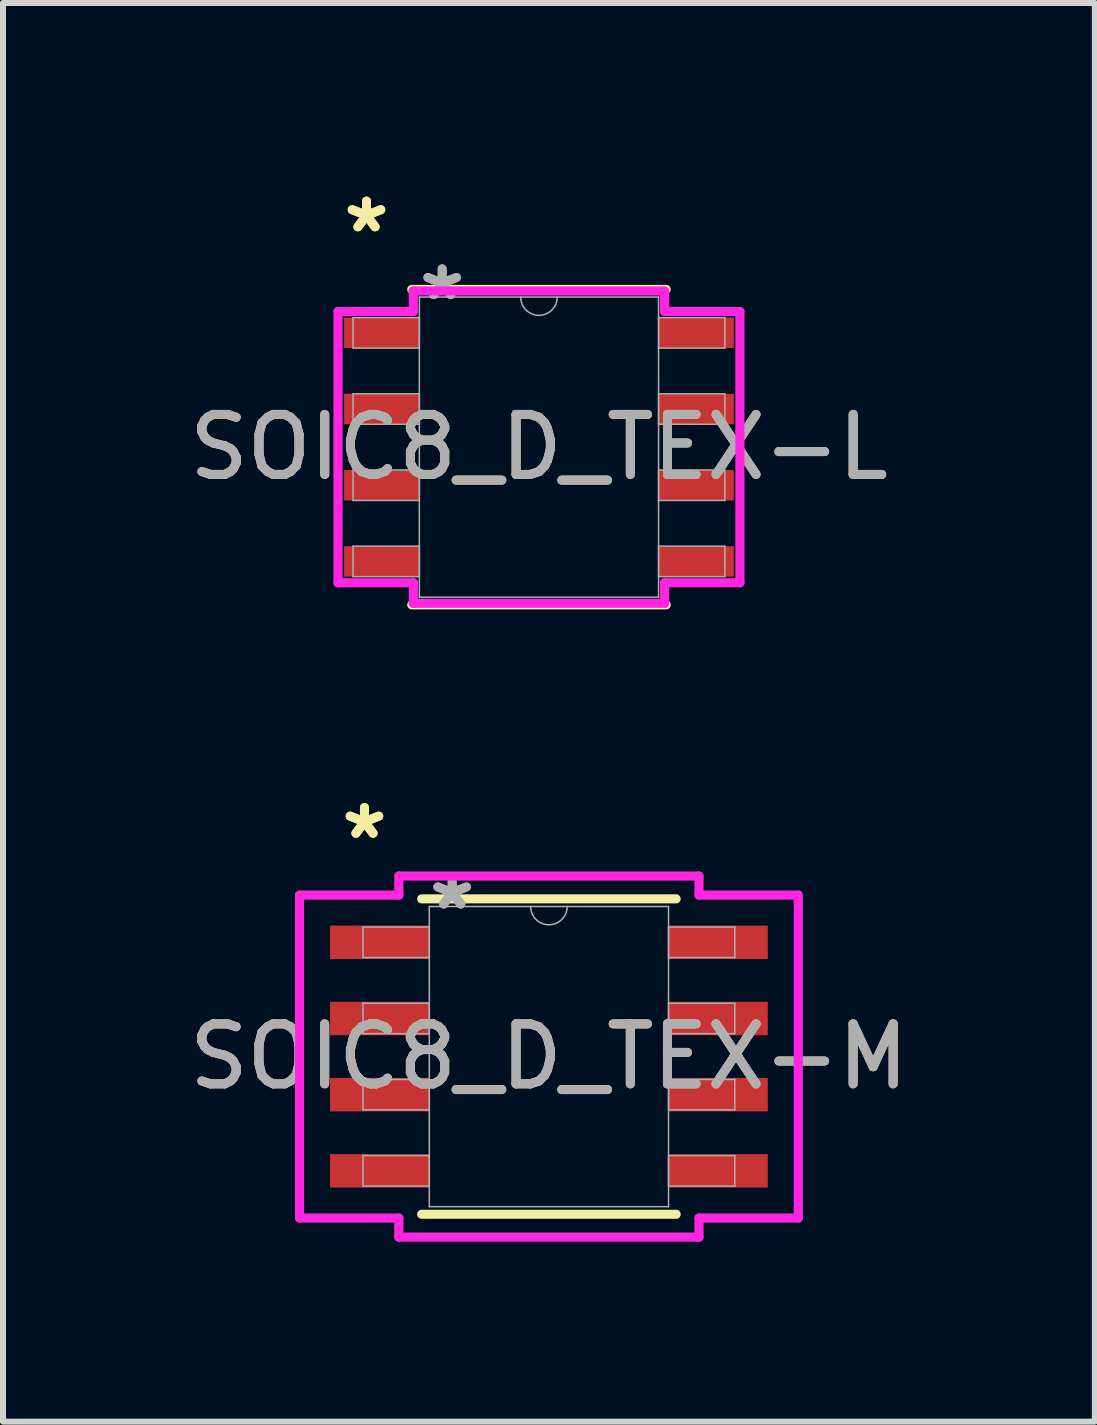
<source format=kicad_pcb>
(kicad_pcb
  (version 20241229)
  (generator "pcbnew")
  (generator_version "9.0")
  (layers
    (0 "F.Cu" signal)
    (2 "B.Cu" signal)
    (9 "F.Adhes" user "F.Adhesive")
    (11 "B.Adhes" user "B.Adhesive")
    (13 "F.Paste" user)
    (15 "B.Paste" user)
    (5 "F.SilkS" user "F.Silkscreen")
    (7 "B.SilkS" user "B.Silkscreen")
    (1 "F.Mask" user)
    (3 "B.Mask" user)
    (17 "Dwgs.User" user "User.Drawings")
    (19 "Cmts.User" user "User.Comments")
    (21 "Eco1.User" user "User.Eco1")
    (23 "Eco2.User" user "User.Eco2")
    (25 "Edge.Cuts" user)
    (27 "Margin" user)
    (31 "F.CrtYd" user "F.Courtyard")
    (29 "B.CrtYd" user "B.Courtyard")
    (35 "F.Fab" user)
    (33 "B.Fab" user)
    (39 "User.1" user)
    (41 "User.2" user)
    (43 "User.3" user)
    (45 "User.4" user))
  (footprint "SOIC8_D_TEX-L"
    (layer "F.Cu")
    (at 5.935 4.404)
    (property "Reference" "SOIC8_D_TEX-L" (at 0 0 0) (unlocked yes) (layer "F.SilkS") (effects (font (size 1 1) (thickness 0.15))))
    (attr smd)
    (fp_line (start -2.121 2.629) (end 2.121 2.629) (stroke (width 0.152) (type solid)) (layer "F.SilkS"))
    (fp_line (start 2.121 -2.629) (end -2.121 -2.629) (stroke (width 0.152) (type solid)) (layer "F.SilkS"))
    (fp_line (start -3.35 -2.261) (end -2.095 -2.261) (stroke (width 0.152) (type solid)) (layer "F.CrtYd"))
    (fp_line (start -3.35 2.261) (end -3.35 -2.261) (stroke (width 0.152) (type solid)) (layer "F.CrtYd"))
    (fp_line (start -3.35 2.261) (end -2.095 2.261) (stroke (width 0.152) (type solid)) (layer "F.CrtYd"))
    (fp_line (start -2.095 -2.603) (end 2.095 -2.603) (stroke (width 0.152) (type solid)) (layer "F.CrtYd"))
    (fp_line (start -2.095 -2.261) (end -2.095 -2.603) (stroke (width 0.152) (type solid)) (layer "F.CrtYd"))
    (fp_line (start -2.095 2.603) (end -2.095 2.261) (stroke (width 0.152) (type solid)) (layer "F.CrtYd"))
    (fp_line (start 2.095 -2.603) (end 2.095 -2.261) (stroke (width 0.152) (type solid)) (layer "F.CrtYd"))
    (fp_line (start 2.095 2.261) (end 2.095 2.603) (stroke (width 0.152) (type solid)) (layer "F.CrtYd"))
    (fp_line (start 2.095 2.603) (end -2.095 2.603) (stroke (width 0.152) (type solid)) (layer "F.CrtYd"))
    (fp_line (start 3.35 -2.261) (end 2.095 -2.261) (stroke (width 0.152) (type solid)) (layer "F.CrtYd"))
    (fp_line (start 3.35 -2.261) (end 3.35 2.261) (stroke (width 0.152) (type solid)) (layer "F.CrtYd"))
    (fp_line (start 3.35 2.261) (end 2.095 2.261) (stroke (width 0.152) (type solid)) (layer "F.CrtYd"))
    (fp_line (start -3.099 -2.159) (end -3.099 -1.651) (stroke (width 0.025) (type solid)) (layer "F.Fab"))
    (fp_line (start -3.099 -1.651) (end -1.994 -1.651) (stroke (width 0.025) (type solid)) (layer "F.Fab"))
    (fp_line (start -3.099 -0.889) (end -3.099 -0.381) (stroke (width 0.025) (type solid)) (layer "F.Fab"))
    (fp_line (start -3.099 -0.381) (end -1.994 -0.381) (stroke (width 0.025) (type solid)) (layer "F.Fab"))
    (fp_line (start -3.099 0.381) (end -3.099 0.889) (stroke (width 0.025) (type solid)) (layer "F.Fab"))
    (fp_line (start -3.099 0.889) (end -1.994 0.889) (stroke (width 0.025) (type solid)) (layer "F.Fab"))
    (fp_line (start -3.099 1.651) (end -3.099 2.159) (stroke (width 0.025) (type solid)) (layer "F.Fab"))
    (fp_line (start -3.099 2.159) (end -1.994 2.159) (stroke (width 0.025) (type solid)) (layer "F.Fab"))
    (fp_line (start -1.994 -2.502) (end -1.994 2.502) (stroke (width 0.025) (type solid)) (layer "F.Fab"))
    (fp_line (start -1.994 -2.159) (end -3.099 -2.159) (stroke (width 0.025) (type solid)) (layer "F.Fab"))
    (fp_line (start -1.994 -1.651) (end -1.994 -2.159) (stroke (width 0.025) (type solid)) (layer "F.Fab"))
    (fp_line (start -1.994 -0.889) (end -3.099 -0.889) (stroke (width 0.025) (type solid)) (layer "F.Fab"))
    (fp_line (start -1.994 -0.381) (end -1.994 -0.889) (stroke (width 0.025) (type solid)) (layer "F.Fab"))
    (fp_line (start -1.994 0.381) (end -3.099 0.381) (stroke (width 0.025) (type solid)) (layer "F.Fab"))
    (fp_line (start -1.994 0.889) (end -1.994 0.381) (stroke (width 0.025) (type solid)) (layer "F.Fab"))
    (fp_line (start -1.994 1.651) (end -3.099 1.651) (stroke (width 0.025) (type solid)) (layer "F.Fab"))
    (fp_line (start -1.994 2.159) (end -1.994 1.651) (stroke (width 0.025) (type solid)) (layer "F.Fab"))
    (fp_line (start -1.994 2.502) (end 1.994 2.502) (stroke (width 0.025) (type solid)) (layer "F.Fab"))
    (fp_line (start 1.994 -2.502) (end -1.994 -2.502) (stroke (width 0.025) (type solid)) (layer "F.Fab"))
    (fp_line (start 1.994 -2.159) (end 1.994 -1.651) (stroke (width 0.025) (type solid)) (layer "F.Fab"))
    (fp_line (start 1.994 -1.651) (end 3.099 -1.651) (stroke (width 0.025) (type solid)) (layer "F.Fab"))
    (fp_line (start 1.994 -0.889) (end 1.994 -0.381) (stroke (width 0.025) (type solid)) (layer "F.Fab"))
    (fp_line (start 1.994 -0.381) (end 3.099 -0.381) (stroke (width 0.025) (type solid)) (layer "F.Fab"))
    (fp_line (start 1.994 0.381) (end 1.994 0.889) (stroke (width 0.025) (type solid)) (layer "F.Fab"))
    (fp_line (start 1.994 0.889) (end 3.099 0.889) (stroke (width 0.025) (type solid)) (layer "F.Fab"))
    (fp_line (start 1.994 1.651) (end 1.994 2.159) (stroke (width 0.025) (type solid)) (layer "F.Fab"))
    (fp_line (start 1.994 2.159) (end 3.099 2.159) (stroke (width 0.025) (type solid)) (layer "F.Fab"))
    (fp_line (start 1.994 2.502) (end 1.994 -2.502) (stroke (width 0.025) (type solid)) (layer "F.Fab"))
    (fp_line (start 3.099 -2.159) (end 1.994 -2.159) (stroke (width 0.025) (type solid)) (layer "F.Fab"))
    (fp_line (start 3.099 -1.651) (end 3.099 -2.159) (stroke (width 0.025) (type solid)) (layer "F.Fab"))
    (fp_line (start 3.099 -0.889) (end 1.994 -0.889) (stroke (width 0.025) (type solid)) (layer "F.Fab"))
    (fp_line (start 3.099 -0.381) (end 3.099 -0.889) (stroke (width 0.025) (type solid)) (layer "F.Fab"))
    (fp_line (start 3.099 0.381) (end 1.994 0.381) (stroke (width 0.025) (type solid)) (layer "F.Fab"))
    (fp_line (start 3.099 0.889) (end 3.099 0.381) (stroke (width 0.025) (type solid)) (layer "F.Fab"))
    (fp_line (start 3.099 1.651) (end 1.994 1.651) (stroke (width 0.025) (type solid)) (layer "F.Fab"))
    (fp_line (start 3.099 2.159) (end 3.099 1.651) (stroke (width 0.025) (type solid)) (layer "F.Fab"))
    (fp_arc (start 0.3048 -2.5019) (mid 0 -2.1971) (end -0.3048 -2.5019) (stroke (width 0.0254) (type solid)) (layer "F.Fab"))
    (fp_text user "*" (at -2.875 -3.556 0) (layer "F.SilkS") (effects (font (size 1 1) (thickness 0.15))))
    (fp_text user "*" (at -2.875 -3.556 0) (unlocked yes) (layer "F.SilkS") (effects (font (size 1 1) (thickness 0.15))))
    (fp_text user "*" (at -1.613 -2.426 0) (unlocked yes) (layer "F.Fab") (effects (font (size 1 1) (thickness 0.15))))
    (fp_text user "${REFERENCE}" (at 0 0 0) (unlocked yes) (layer "F.Fab") (effects (font (size 1 1) (thickness 0.15))))
    (fp_text user "*" (at -1.613 -2.426 0) (layer "F.Fab") (effects (font (size 1 1) (thickness 0.15))))
    (pad "1" smd rect (at -2.621 -1.905) (size 1.255 0.508) (layers "F.Cu" "F.Mask" "F.Paste"))
    (pad "2" smd rect (at -2.621 -0.635) (size 1.255 0.508) (layers "F.Cu" "F.Mask" "F.Paste"))
    (pad "3" smd rect (at -2.621 0.635) (size 1.255 0.508) (layers "F.Cu" "F.Mask" "F.Paste"))
    (pad "4" smd rect (at -2.621 1.905) (size 1.255 0.508) (layers "F.Cu" "F.Mask" "F.Paste"))
    (pad "5" smd rect (at 2.621 1.905) (size 1.255 0.508) (layers "F.Cu" "F.Mask" "F.Paste"))
    (pad "6" smd rect (at 2.621 0.635) (size 1.255 0.508) (layers "F.Cu" "F.Mask" "F.Paste"))
    (pad "7" smd rect (at 2.621 -0.635) (size 1.255 0.508) (layers "F.Cu" "F.Mask" "F.Paste"))
    (pad "8" smd rect (at 2.621 -1.905) (size 1.255 0.508) (layers "F.Cu" "F.Mask" "F.Paste")))
  (footprint "SOIC8_D_TEX-M"
    (layer "F.Cu")
    (at 6.101 14.564)
    (property "Reference" "SOIC8_D_TEX-M" (at 0 0 0) (unlocked yes) (layer "F.SilkS") (effects (font (size 1 1) (thickness 0.15))))
    (attr smd)
    (fp_line (start -2.121 2.629) (end 2.121 2.629) (stroke (width 0.152) (type solid)) (layer "F.SilkS"))
    (fp_line (start 2.121 -2.629) (end -2.121 -2.629) (stroke (width 0.152) (type solid)) (layer "F.SilkS"))
    (fp_line (start -4.157 -2.692) (end -2.502 -2.692) (stroke (width 0.152) (type solid)) (layer "F.CrtYd"))
    (fp_line (start -4.157 2.692) (end -4.157 -2.692) (stroke (width 0.152) (type solid)) (layer "F.CrtYd"))
    (fp_line (start -4.157 2.692) (end -2.502 2.692) (stroke (width 0.152) (type solid)) (layer "F.CrtYd"))
    (fp_line (start -2.502 -3.01) (end 2.502 -3.01) (stroke (width 0.152) (type solid)) (layer "F.CrtYd"))
    (fp_line (start -2.502 -2.692) (end -2.502 -3.01) (stroke (width 0.152) (type solid)) (layer "F.CrtYd"))
    (fp_line (start -2.502 3.01) (end -2.502 2.692) (stroke (width 0.152) (type solid)) (layer "F.CrtYd"))
    (fp_line (start 2.502 -3.01) (end 2.502 -2.692) (stroke (width 0.152) (type solid)) (layer "F.CrtYd"))
    (fp_line (start 2.502 2.692) (end 2.502 3.01) (stroke (width 0.152) (type solid)) (layer "F.CrtYd"))
    (fp_line (start 2.502 3.01) (end -2.502 3.01) (stroke (width 0.152) (type solid)) (layer "F.CrtYd"))
    (fp_line (start 4.157 -2.692) (end 2.502 -2.692) (stroke (width 0.152) (type solid)) (layer "F.CrtYd"))
    (fp_line (start 4.157 -2.692) (end 4.157 2.692) (stroke (width 0.152) (type solid)) (layer "F.CrtYd"))
    (fp_line (start 4.157 2.692) (end 2.502 2.692) (stroke (width 0.152) (type solid)) (layer "F.CrtYd"))
    (fp_line (start -3.099 -2.159) (end -3.099 -1.651) (stroke (width 0.025) (type solid)) (layer "F.Fab"))
    (fp_line (start -3.099 -1.651) (end -1.994 -1.651) (stroke (width 0.025) (type solid)) (layer "F.Fab"))
    (fp_line (start -3.099 -0.889) (end -3.099 -0.381) (stroke (width 0.025) (type solid)) (layer "F.Fab"))
    (fp_line (start -3.099 -0.381) (end -1.994 -0.381) (stroke (width 0.025) (type solid)) (layer "F.Fab"))
    (fp_line (start -3.099 0.381) (end -3.099 0.889) (stroke (width 0.025) (type solid)) (layer "F.Fab"))
    (fp_line (start -3.099 0.889) (end -1.994 0.889) (stroke (width 0.025) (type solid)) (layer "F.Fab"))
    (fp_line (start -3.099 1.651) (end -3.099 2.159) (stroke (width 0.025) (type solid)) (layer "F.Fab"))
    (fp_line (start -3.099 2.159) (end -1.994 2.159) (stroke (width 0.025) (type solid)) (layer "F.Fab"))
    (fp_line (start -1.994 -2.502) (end -1.994 2.502) (stroke (width 0.025) (type solid)) (layer "F.Fab"))
    (fp_line (start -1.994 -2.159) (end -3.099 -2.159) (stroke (width 0.025) (type solid)) (layer "F.Fab"))
    (fp_line (start -1.994 -1.651) (end -1.994 -2.159) (stroke (width 0.025) (type solid)) (layer "F.Fab"))
    (fp_line (start -1.994 -0.889) (end -3.099 -0.889) (stroke (width 0.025) (type solid)) (layer "F.Fab"))
    (fp_line (start -1.994 -0.381) (end -1.994 -0.889) (stroke (width 0.025) (type solid)) (layer "F.Fab"))
    (fp_line (start -1.994 0.381) (end -3.099 0.381) (stroke (width 0.025) (type solid)) (layer "F.Fab"))
    (fp_line (start -1.994 0.889) (end -1.994 0.381) (stroke (width 0.025) (type solid)) (layer "F.Fab"))
    (fp_line (start -1.994 1.651) (end -3.099 1.651) (stroke (width 0.025) (type solid)) (layer "F.Fab"))
    (fp_line (start -1.994 2.159) (end -1.994 1.651) (stroke (width 0.025) (type solid)) (layer "F.Fab"))
    (fp_line (start -1.994 2.502) (end 1.994 2.502) (stroke (width 0.025) (type solid)) (layer "F.Fab"))
    (fp_line (start 1.994 -2.502) (end -1.994 -2.502) (stroke (width 0.025) (type solid)) (layer "F.Fab"))
    (fp_line (start 1.994 -2.159) (end 1.994 -1.651) (stroke (width 0.025) (type solid)) (layer "F.Fab"))
    (fp_line (start 1.994 -1.651) (end 3.099 -1.651) (stroke (width 0.025) (type solid)) (layer "F.Fab"))
    (fp_line (start 1.994 -0.889) (end 1.994 -0.381) (stroke (width 0.025) (type solid)) (layer "F.Fab"))
    (fp_line (start 1.994 -0.381) (end 3.099 -0.381) (stroke (width 0.025) (type solid)) (layer "F.Fab"))
    (fp_line (start 1.994 0.381) (end 1.994 0.889) (stroke (width 0.025) (type solid)) (layer "F.Fab"))
    (fp_line (start 1.994 0.889) (end 3.099 0.889) (stroke (width 0.025) (type solid)) (layer "F.Fab"))
    (fp_line (start 1.994 1.651) (end 1.994 2.159) (stroke (width 0.025) (type solid)) (layer "F.Fab"))
    (fp_line (start 1.994 2.159) (end 3.099 2.159) (stroke (width 0.025) (type solid)) (layer "F.Fab"))
    (fp_line (start 1.994 2.502) (end 1.994 -2.502) (stroke (width 0.025) (type solid)) (layer "F.Fab"))
    (fp_line (start 3.099 -2.159) (end 1.994 -2.159) (stroke (width 0.025) (type solid)) (layer "F.Fab"))
    (fp_line (start 3.099 -1.651) (end 3.099 -2.159) (stroke (width 0.025) (type solid)) (layer "F.Fab"))
    (fp_line (start 3.099 -0.889) (end 1.994 -0.889) (stroke (width 0.025) (type solid)) (layer "F.Fab"))
    (fp_line (start 3.099 -0.381) (end 3.099 -0.889) (stroke (width 0.025) (type solid)) (layer "F.Fab"))
    (fp_line (start 3.099 0.381) (end 1.994 0.381) (stroke (width 0.025) (type solid)) (layer "F.Fab"))
    (fp_line (start 3.099 0.889) (end 3.099 0.381) (stroke (width 0.025) (type solid)) (layer "F.Fab"))
    (fp_line (start 3.099 1.651) (end 1.994 1.651) (stroke (width 0.025) (type solid)) (layer "F.Fab"))
    (fp_line (start 3.099 2.159) (end 3.099 1.651) (stroke (width 0.025) (type solid)) (layer "F.Fab"))
    (fp_arc (start 0.3048 -2.5019) (mid 0 -2.1971) (end -0.3048 -2.5019) (stroke (width 0.0254) (type solid)) (layer "F.Fab"))
    (fp_text user "*" (at -3.075 -3.606 0) (unlocked yes) (layer "F.SilkS") (effects (font (size 1 1) (thickness 0.15))))
    (fp_text user "*" (at -3.075 -3.606 0) (layer "F.SilkS") (effects (font (size 1 1) (thickness 0.15))))
    (fp_text user "*" (at -1.613 -2.426 0) (layer "F.Fab") (effects (font (size 1 1) (thickness 0.15))))
    (fp_text user "*" (at -1.613 -2.426 0) (unlocked yes) (layer "F.Fab") (effects (font (size 1 1) (thickness 0.15))))
    (fp_text user "${REFERENCE}" (at 0 0 0) (unlocked yes) (layer "F.Fab") (effects (font (size 1 1) (thickness 0.15))))
    (pad "1" smd rect (at -2.821 -1.905) (size 1.655 0.558) (layers "F.Cu" "F.Mask" "F.Paste"))
    (pad "2" smd rect (at -2.821 -0.635) (size 1.655 0.558) (layers "F.Cu" "F.Mask" "F.Paste"))
    (pad "3" smd rect (at -2.821 0.635) (size 1.655 0.558) (layers "F.Cu" "F.Mask" "F.Paste"))
    (pad "4" smd rect (at -2.821 1.905) (size 1.655 0.558) (layers "F.Cu" "F.Mask" "F.Paste"))
    (pad "5" smd rect (at 2.821 1.905) (size 1.655 0.558) (layers "F.Cu" "F.Mask" "F.Paste"))
    (pad "6" smd rect (at 2.821 0.635) (size 1.655 0.558) (layers "F.Cu" "F.Mask" "F.Paste"))
    (pad "7" smd rect (at 2.821 -0.635) (size 1.655 0.558) (layers "F.Cu" "F.Mask" "F.Paste"))
    (pad "8" smd rect (at 2.821 -1.905) (size 1.655 0.558) (layers "F.Cu" "F.Mask" "F.Paste")))
  (gr_rect
    (start -3 -3)
    (end 15.202 20.65)
    (stroke (width 0.1) (type default))
    (fill no)
    (layer "Edge.Cuts")))
</source>
